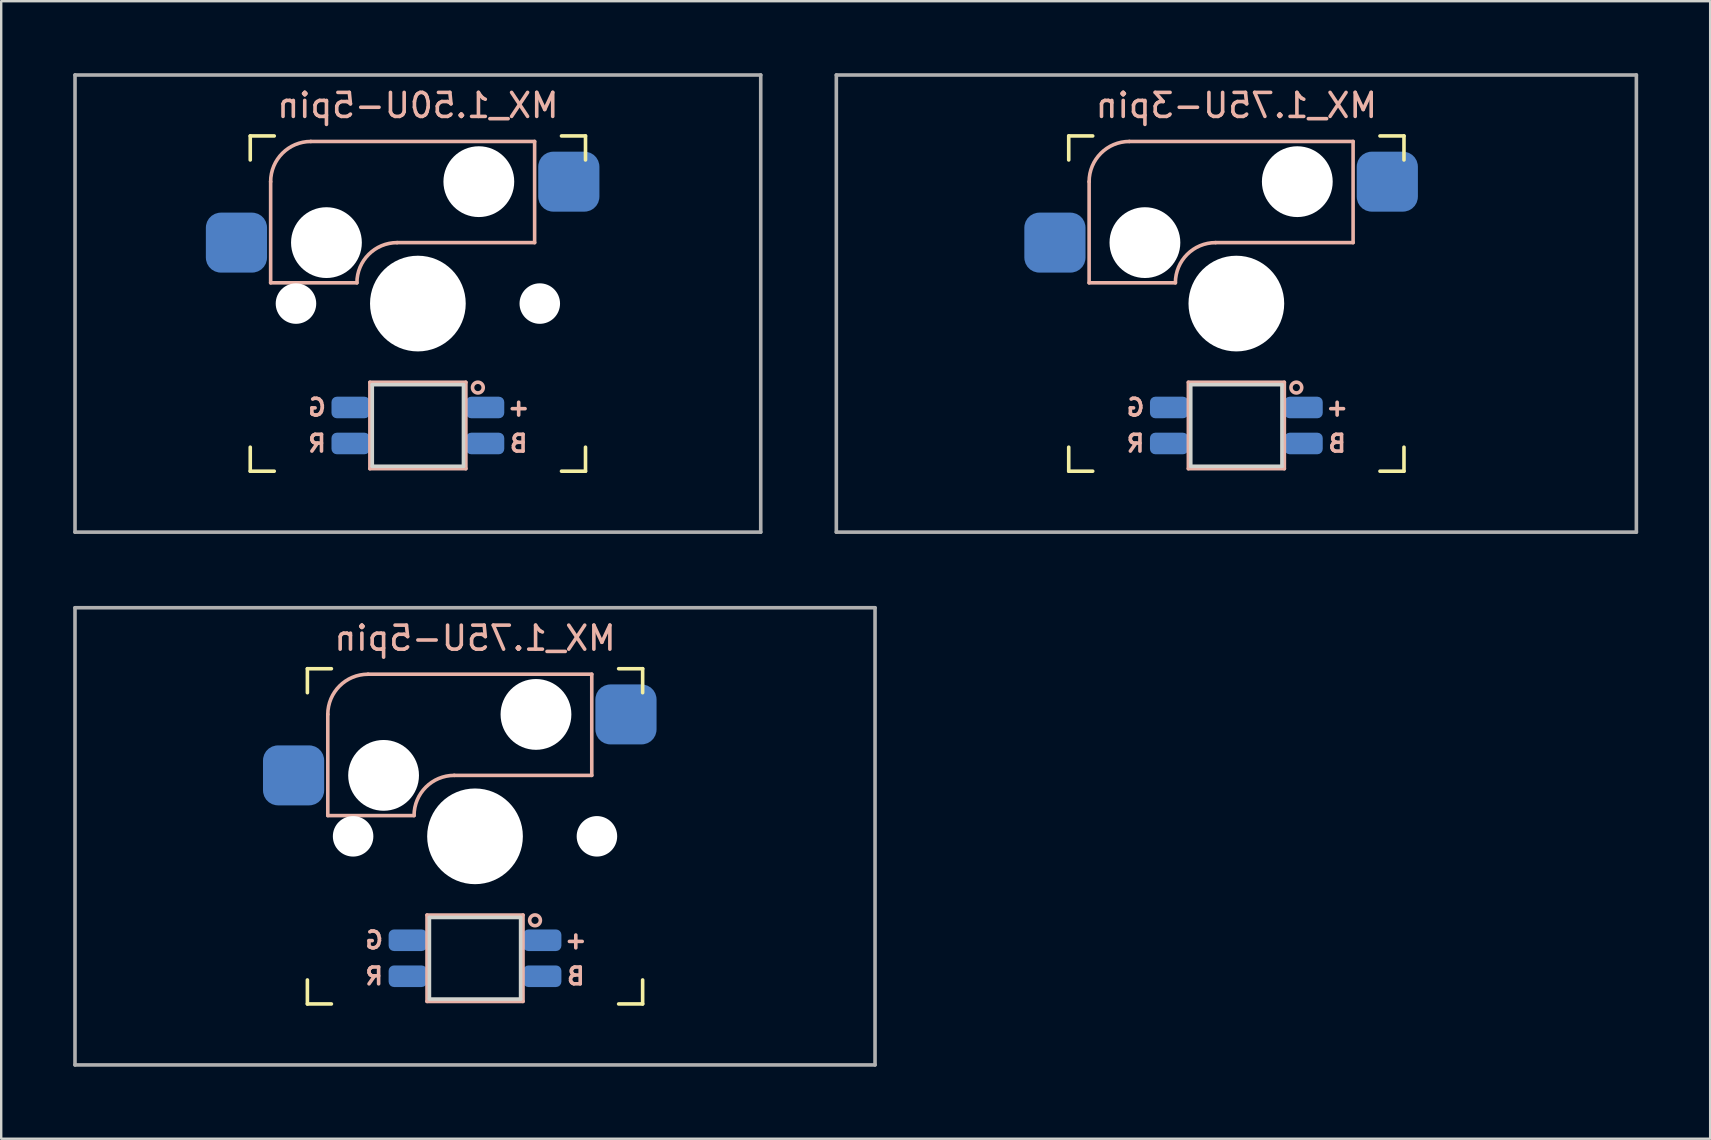
<source format=kicad_pcb>
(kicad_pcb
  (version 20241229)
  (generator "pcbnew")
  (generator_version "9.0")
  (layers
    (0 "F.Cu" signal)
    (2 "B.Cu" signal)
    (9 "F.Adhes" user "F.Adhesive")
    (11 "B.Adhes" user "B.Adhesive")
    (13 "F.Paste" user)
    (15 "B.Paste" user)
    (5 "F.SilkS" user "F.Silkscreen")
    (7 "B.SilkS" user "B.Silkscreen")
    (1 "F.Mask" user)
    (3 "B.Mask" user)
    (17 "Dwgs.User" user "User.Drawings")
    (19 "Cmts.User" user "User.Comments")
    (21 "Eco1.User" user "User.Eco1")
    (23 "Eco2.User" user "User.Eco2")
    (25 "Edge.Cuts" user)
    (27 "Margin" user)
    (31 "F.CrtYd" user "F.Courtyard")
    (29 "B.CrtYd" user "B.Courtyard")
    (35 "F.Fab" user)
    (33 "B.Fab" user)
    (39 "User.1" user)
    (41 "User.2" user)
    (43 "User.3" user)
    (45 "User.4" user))
  (footprint "MX_1.75U-5pin"
    (layer "F.Cu")
    (at 16.744 31.8)
    (property "Reference" "MX_1.75U-5pin" (at 0 -8.255 0) (layer "B.SilkS") (effects (font (size 1 1) (thickness 0.15)) (justify mirror)))
    (attr smd)
    (fp_line (start -6.985 -5.985) (end -6.985 -6.985) (stroke (width 0.15) (type solid)) (layer "F.SilkS"))
    (fp_line (start -6.985 6.985) (end -6.985 5.985) (stroke (width 0.15) (type solid)) (layer "F.SilkS"))
    (fp_line (start -6.985 6.985) (end -5.985 6.985) (stroke (width 0.15) (type solid)) (layer "F.SilkS"))
    (fp_line (start -5.985 -6.985) (end -6.985 -6.985) (stroke (width 0.15) (type solid)) (layer "F.SilkS"))
    (fp_line (start 5.985 6.985) (end 6.985 6.985) (stroke (width 0.15) (type solid)) (layer "F.SilkS"))
    (fp_line (start 6.985 -6.985) (end 5.985 -6.985) (stroke (width 0.15) (type solid)) (layer "F.SilkS"))
    (fp_line (start 6.985 -6.985) (end 6.985 -5.985) (stroke (width 0.15) (type solid)) (layer "F.SilkS"))
    (fp_line (start 6.985 5.985) (end 6.985 6.985) (stroke (width 0.15) (type solid)) (layer "F.SilkS"))
    (fp_line (start -6.135 -5.08) (end -6.135 -0.865) (stroke (width 0.15) (type solid)) (layer "B.SilkS"))
    (fp_line (start -6.135 -0.865) (end -2.54 -0.865) (stroke (width 0.15) (type solid)) (layer "B.SilkS"))
    (fp_line (start -4.46 -6.755) (end 4.865 -6.755) (stroke (width 0.15) (type solid)) (layer "B.SilkS"))
    (fp_line (start -2 3.28) (end -2 6.88) (stroke (width 0.15) (type solid)) (layer "B.SilkS"))
    (fp_line (start -2 6.88) (end 2 6.88) (stroke (width 0.15) (type solid)) (layer "B.SilkS"))
    (fp_line (start -0.865 -2.54) (end 4.865 -2.54) (stroke (width 0.15) (type solid)) (layer "B.SilkS"))
    (fp_line (start 2 3.28) (end -2 3.28) (stroke (width 0.15) (type solid)) (layer "B.SilkS"))
    (fp_line (start 2 6.88) (end 2 3.28) (stroke (width 0.15) (type solid)) (layer "B.SilkS"))
    (fp_line (start 4.865 -6.755) (end 4.865 -2.54) (stroke (width 0.15) (type solid)) (layer "B.SilkS"))
    (fp_arc (start -6.135 -5.08) (mid -5.644404 -6.264404) (end -4.46 -6.755) (stroke (width 0.15) (type solid)) (layer "B.SilkS"))
    (fp_arc (start -2.54 -0.865) (mid -2.049404 -2.049404) (end -0.865 -2.54) (stroke (width 0.15) (type solid)) (layer "B.SilkS"))
    (fp_circle (center 2.5 3.5) (end 2.724 3.5) (stroke (width 0.15) (type solid)) (fill no) (layer "B.SilkS"))
    (fp_line (start -6.985 6.985) (end -6.985 -6.985) (stroke (width 0.15) (type solid)) (layer "Eco2.User"))
    (fp_line (start -6.985 6.985) (end 6.985 6.985) (stroke (width 0.15) (type solid)) (layer "Eco2.User"))
    (fp_line (start 6.985 -6.985) (end -6.985 -6.985) (stroke (width 0.15) (type solid)) (layer "Eco2.User"))
    (fp_line (start 6.985 -6.985) (end 6.985 6.985) (stroke (width 0.15) (type solid)) (layer "Eco2.User"))
    (fp_line (start -1.9 3.38) (end -1.9 6.78) (stroke (width 0.15) (type solid)) (layer "Edge.Cuts"))
    (fp_line (start -1.9 3.38) (end 1.9 3.38) (stroke (width 0.15) (type solid)) (layer "Edge.Cuts"))
    (fp_line (start -1.9 6.78) (end 1.9 6.78) (stroke (width 0.15) (type solid)) (layer "Edge.Cuts"))
    (fp_line (start 1.9 3.38) (end 1.9 6.78) (stroke (width 0.15) (type solid)) (layer "Edge.Cuts"))
    (fp_line (start -16.669 -9.525) (end 16.669 -9.525) (stroke (width 0.15) (type solid)) (layer "F.Fab"))
    (fp_line (start -16.669 9.525) (end -16.669 -9.525) (stroke (width 0.15) (type solid)) (layer "F.Fab"))
    (fp_line (start 16.669 -9.525) (end 16.669 9.525) (stroke (width 0.15) (type solid)) (layer "F.Fab"))
    (fp_line (start 16.669 9.525) (end -16.669 9.525) (stroke (width 0.15) (type solid)) (layer "F.Fab"))
    (fp_text user "G" (at -4.2 4.33 0) (layer "B.SilkS") (effects (font (size 0.7 0.7) (thickness 0.15)) (justify mirror)))
    (fp_text user "R" (at -4.2 5.83 0) (layer "B.SilkS") (effects (font (size 0.7 0.7) (thickness 0.15)) (justify mirror)))
    (fp_text user "+" (at 4.2 4.33 0) (layer "B.SilkS") (effects (font (size 0.7 0.7) (thickness 0.15)) (justify mirror)))
    (fp_text user "B" (at 4.2 5.83 0) (layer "B.SilkS") (effects (font (size 0.7 0.7) (thickness 0.15)) (justify mirror)))
    (pad "" np_thru_hole circle (at -5.08 0) (size 1.688 1.688) (drill 1.688) (layers "*.Cu" "*.Mask"))
    (pad "" np_thru_hole circle (at -3.81 -2.54) (size 2.95 2.95) (drill 2.95) (layers "*.Cu" "*.Mask"))
    (pad "" np_thru_hole circle (at 0 0) (size 3.988 3.988) (drill 3.988) (layers "*.Cu" "*.Mask"))
    (pad "" np_thru_hole circle (at 2.54 -5.08) (size 2.95 2.95) (drill 2.95) (layers "*.Cu" "*.Mask"))
    (pad "" np_thru_hole circle (at 5.08 0) (size 1.688 1.688) (drill 1.688) (layers "*.Cu" "*.Mask"))
    (pad "1" smd roundrect (at 6.29 -5.08) (size 2.55 2.5) (layers "B.Cu" "B.Mask" "B.Paste") (roundrect_rratio 0.25))
    (pad "2" smd roundrect (at -7.56 -2.54) (size 2.55 2.5) (layers "B.Cu" "B.Mask" "B.Paste") (roundrect_rratio 0.25))
    (pad "3" smd roundrect (at 2.8 4.33) (size 1.6 0.9) (layers "B.Cu" "B.Mask" "B.Paste") (roundrect_rratio 0.25))
    (pad "4" smd roundrect (at -2.8 5.83) (size 1.6 0.9) (layers "B.Cu" "B.Mask" "B.Paste") (roundrect_rratio 0.25))
    (pad "5" smd roundrect (at -2.8 4.33) (size 1.6 0.9) (layers "B.Cu" "B.Mask" "B.Paste") (roundrect_rratio 0.25))
    (pad "6" smd roundrect (at 2.8 5.83) (size 1.6 0.9) (layers "B.Cu" "B.Mask" "B.Paste") (roundrect_rratio 0.25)))
  (footprint "MX_1.50U-5pin"
    (layer "F.Cu")
    (at 14.363 9.6)
    (property "Reference" "MX_1.50U-5pin" (at 0 -8.255 0) (layer "B.SilkS") (effects (font (size 1 1) (thickness 0.15)) (justify mirror)))
    (attr smd)
    (fp_line (start -6.985 -5.985) (end -6.985 -6.985) (stroke (width 0.15) (type solid)) (layer "F.SilkS"))
    (fp_line (start -6.985 6.985) (end -6.985 5.985) (stroke (width 0.15) (type solid)) (layer "F.SilkS"))
    (fp_line (start -6.985 6.985) (end -5.985 6.985) (stroke (width 0.15) (type solid)) (layer "F.SilkS"))
    (fp_line (start -5.985 -6.985) (end -6.985 -6.985) (stroke (width 0.15) (type solid)) (layer "F.SilkS"))
    (fp_line (start 5.985 6.985) (end 6.985 6.985) (stroke (width 0.15) (type solid)) (layer "F.SilkS"))
    (fp_line (start 6.985 -6.985) (end 5.985 -6.985) (stroke (width 0.15) (type solid)) (layer "F.SilkS"))
    (fp_line (start 6.985 -6.985) (end 6.985 -5.985) (stroke (width 0.15) (type solid)) (layer "F.SilkS"))
    (fp_line (start 6.985 5.985) (end 6.985 6.985) (stroke (width 0.15) (type solid)) (layer "F.SilkS"))
    (fp_line (start -6.135 -5.08) (end -6.135 -0.865) (stroke (width 0.15) (type solid)) (layer "B.SilkS"))
    (fp_line (start -6.135 -0.865) (end -2.54 -0.865) (stroke (width 0.15) (type solid)) (layer "B.SilkS"))
    (fp_line (start -4.46 -6.755) (end 4.865 -6.755) (stroke (width 0.15) (type solid)) (layer "B.SilkS"))
    (fp_line (start -2 3.28) (end -2 6.88) (stroke (width 0.15) (type solid)) (layer "B.SilkS"))
    (fp_line (start -2 6.88) (end 2 6.88) (stroke (width 0.15) (type solid)) (layer "B.SilkS"))
    (fp_line (start -0.865 -2.54) (end 4.865 -2.54) (stroke (width 0.15) (type solid)) (layer "B.SilkS"))
    (fp_line (start 2 3.28) (end -2 3.28) (stroke (width 0.15) (type solid)) (layer "B.SilkS"))
    (fp_line (start 2 6.88) (end 2 3.28) (stroke (width 0.15) (type solid)) (layer "B.SilkS"))
    (fp_line (start 4.865 -6.755) (end 4.865 -2.54) (stroke (width 0.15) (type solid)) (layer "B.SilkS"))
    (fp_arc (start -6.135 -5.08) (mid -5.644404 -6.264404) (end -4.46 -6.755) (stroke (width 0.15) (type solid)) (layer "B.SilkS"))
    (fp_arc (start -2.54 -0.865) (mid -2.049404 -2.049404) (end -0.865 -2.54) (stroke (width 0.15) (type solid)) (layer "B.SilkS"))
    (fp_circle (center 2.5 3.5) (end 2.724 3.5) (stroke (width 0.15) (type solid)) (fill no) (layer "B.SilkS"))
    (fp_line (start -6.985 6.985) (end -6.985 -6.985) (stroke (width 0.15) (type solid)) (layer "Eco2.User"))
    (fp_line (start -6.985 6.985) (end 6.985 6.985) (stroke (width 0.15) (type solid)) (layer "Eco2.User"))
    (fp_line (start 6.985 -6.985) (end -6.985 -6.985) (stroke (width 0.15) (type solid)) (layer "Eco2.User"))
    (fp_line (start 6.985 -6.985) (end 6.985 6.985) (stroke (width 0.15) (type solid)) (layer "Eco2.User"))
    (fp_line (start -1.9 3.38) (end -1.9 6.78) (stroke (width 0.15) (type solid)) (layer "Edge.Cuts"))
    (fp_line (start -1.9 3.38) (end 1.9 3.38) (stroke (width 0.15) (type solid)) (layer "Edge.Cuts"))
    (fp_line (start -1.9 6.78) (end 1.9 6.78) (stroke (width 0.15) (type solid)) (layer "Edge.Cuts"))
    (fp_line (start 1.9 3.38) (end 1.9 6.78) (stroke (width 0.15) (type solid)) (layer "Edge.Cuts"))
    (fp_line (start -14.287 -9.525) (end 14.287 -9.525) (stroke (width 0.15) (type solid)) (layer "F.Fab"))
    (fp_line (start -14.287 9.525) (end -14.287 -9.525) (stroke (width 0.15) (type solid)) (layer "F.Fab"))
    (fp_line (start 14.287 -9.525) (end 14.287 9.525) (stroke (width 0.15) (type solid)) (layer "F.Fab"))
    (fp_line (start 14.287 9.525) (end -14.287 9.525) (stroke (width 0.15) (type solid)) (layer "F.Fab"))
    (fp_text user "+" (at 4.2 4.33 0) (layer "B.SilkS") (effects (font (size 0.7 0.7) (thickness 0.15)) (justify mirror)))
    (fp_text user "R" (at -4.2 5.83 0) (layer "B.SilkS") (effects (font (size 0.7 0.7) (thickness 0.15)) (justify mirror)))
    (fp_text user "B" (at 4.2 5.83 0) (layer "B.SilkS") (effects (font (size 0.7 0.7) (thickness 0.15)) (justify mirror)))
    (fp_text user "G" (at -4.2 4.33 0) (layer "B.SilkS") (effects (font (size 0.7 0.7) (thickness 0.15)) (justify mirror)))
    (pad "" np_thru_hole circle (at -5.08 0) (size 1.688 1.688) (drill 1.688) (layers "*.Cu" "*.Mask"))
    (pad "" np_thru_hole circle (at -3.81 -2.54) (size 2.95 2.95) (drill 2.95) (layers "*.Cu" "*.Mask"))
    (pad "" np_thru_hole circle (at 0 0) (size 3.988 3.988) (drill 3.988) (layers "*.Cu" "*.Mask"))
    (pad "" np_thru_hole circle (at 2.54 -5.08) (size 2.95 2.95) (drill 2.95) (layers "*.Cu" "*.Mask"))
    (pad "" np_thru_hole circle (at 5.08 0) (size 1.688 1.688) (drill 1.688) (layers "*.Cu" "*.Mask"))
    (pad "1" smd roundrect (at 6.29 -5.08) (size 2.55 2.5) (layers "B.Cu" "B.Mask" "B.Paste") (roundrect_rratio 0.25))
    (pad "2" smd roundrect (at -7.56 -2.54) (size 2.55 2.5) (layers "B.Cu" "B.Mask" "B.Paste") (roundrect_rratio 0.25))
    (pad "3" smd roundrect (at 2.8 4.33) (size 1.6 0.9) (layers "B.Cu" "B.Mask" "B.Paste") (roundrect_rratio 0.25))
    (pad "4" smd roundrect (at -2.8 5.83) (size 1.6 0.9) (layers "B.Cu" "B.Mask" "B.Paste") (roundrect_rratio 0.25))
    (pad "5" smd roundrect (at -2.8 4.33) (size 1.6 0.9) (layers "B.Cu" "B.Mask" "B.Paste") (roundrect_rratio 0.25))
    (pad "6" smd roundrect (at 2.8 5.83) (size 1.6 0.9) (layers "B.Cu" "B.Mask" "B.Paste") (roundrect_rratio 0.25)))
  (footprint "MX_1.75U-3pin"
    (layer "F.Cu")
    (at 48.469 9.6)
    (property "Reference" "MX_1.75U-3pin" (at 0 -8.255 0) (layer "B.SilkS") (effects (font (size 1 1) (thickness 0.15)) (justify mirror)))
    (attr smd)
    (fp_line (start -6.985 -5.985) (end -6.985 -6.985) (stroke (width 0.15) (type solid)) (layer "F.SilkS"))
    (fp_line (start -6.985 6.985) (end -6.985 5.985) (stroke (width 0.15) (type solid)) (layer "F.SilkS"))
    (fp_line (start -6.985 6.985) (end -5.985 6.985) (stroke (width 0.15) (type solid)) (layer "F.SilkS"))
    (fp_line (start -5.985 -6.985) (end -6.985 -6.985) (stroke (width 0.15) (type solid)) (layer "F.SilkS"))
    (fp_line (start 5.985 6.985) (end 6.985 6.985) (stroke (width 0.15) (type solid)) (layer "F.SilkS"))
    (fp_line (start 6.985 -6.985) (end 5.985 -6.985) (stroke (width 0.15) (type solid)) (layer "F.SilkS"))
    (fp_line (start 6.985 -6.985) (end 6.985 -5.985) (stroke (width 0.15) (type solid)) (layer "F.SilkS"))
    (fp_line (start 6.985 5.985) (end 6.985 6.985) (stroke (width 0.15) (type solid)) (layer "F.SilkS"))
    (fp_line (start -6.135 -5.08) (end -6.135 -0.865) (stroke (width 0.15) (type solid)) (layer "B.SilkS"))
    (fp_line (start -6.135 -0.865) (end -2.54 -0.865) (stroke (width 0.15) (type solid)) (layer "B.SilkS"))
    (fp_line (start -4.46 -6.755) (end 4.865 -6.755) (stroke (width 0.15) (type solid)) (layer "B.SilkS"))
    (fp_line (start -2 3.28) (end -2 6.88) (stroke (width 0.15) (type solid)) (layer "B.SilkS"))
    (fp_line (start -2 6.88) (end 2 6.88) (stroke (width 0.15) (type solid)) (layer "B.SilkS"))
    (fp_line (start -0.865 -2.54) (end 4.865 -2.54) (stroke (width 0.15) (type solid)) (layer "B.SilkS"))
    (fp_line (start 2 3.28) (end -2 3.28) (stroke (width 0.15) (type solid)) (layer "B.SilkS"))
    (fp_line (start 2 6.88) (end 2 3.28) (stroke (width 0.15) (type solid)) (layer "B.SilkS"))
    (fp_line (start 4.865 -6.755) (end 4.865 -2.54) (stroke (width 0.15) (type solid)) (layer "B.SilkS"))
    (fp_arc (start -6.135 -5.08) (mid -5.644404 -6.264404) (end -4.46 -6.755) (stroke (width 0.15) (type solid)) (layer "B.SilkS"))
    (fp_arc (start -2.54 -0.865) (mid -2.049404 -2.049404) (end -0.865 -2.54) (stroke (width 0.15) (type solid)) (layer "B.SilkS"))
    (fp_circle (center 2.5 3.5) (end 2.724 3.5) (stroke (width 0.15) (type solid)) (fill no) (layer "B.SilkS"))
    (fp_line (start -6.985 6.985) (end -6.985 -6.985) (stroke (width 0.15) (type solid)) (layer "Eco2.User"))
    (fp_line (start -6.985 6.985) (end 6.985 6.985) (stroke (width 0.15) (type solid)) (layer "Eco2.User"))
    (fp_line (start 6.985 -6.985) (end -6.985 -6.985) (stroke (width 0.15) (type solid)) (layer "Eco2.User"))
    (fp_line (start 6.985 -6.985) (end 6.985 6.985) (stroke (width 0.15) (type solid)) (layer "Eco2.User"))
    (fp_line (start -1.9 3.38) (end -1.9 6.78) (stroke (width 0.15) (type solid)) (layer "Edge.Cuts"))
    (fp_line (start -1.9 3.38) (end 1.9 3.38) (stroke (width 0.15) (type solid)) (layer "Edge.Cuts"))
    (fp_line (start -1.9 6.78) (end 1.9 6.78) (stroke (width 0.15) (type solid)) (layer "Edge.Cuts"))
    (fp_line (start 1.9 3.38) (end 1.9 6.78) (stroke (width 0.15) (type solid)) (layer "Edge.Cuts"))
    (fp_line (start -16.669 -9.525) (end 16.669 -9.525) (stroke (width 0.15) (type solid)) (layer "F.Fab"))
    (fp_line (start -16.669 9.525) (end -16.669 -9.525) (stroke (width 0.15) (type solid)) (layer "F.Fab"))
    (fp_line (start 16.669 -9.525) (end 16.669 9.525) (stroke (width 0.15) (type solid)) (layer "F.Fab"))
    (fp_line (start 16.669 9.525) (end -16.669 9.525) (stroke (width 0.15) (type solid)) (layer "F.Fab"))
    (fp_text user "B" (at 4.2 5.83 0) (layer "B.SilkS") (effects (font (size 0.7 0.7) (thickness 0.15)) (justify mirror)))
    (fp_text user "G" (at -4.2 4.33 0) (layer "B.SilkS") (effects (font (size 0.7 0.7) (thickness 0.15)) (justify mirror)))
    (fp_text user "+" (at 4.2 4.33 0) (layer "B.SilkS") (effects (font (size 0.7 0.7) (thickness 0.15)) (justify mirror)))
    (fp_text user "R" (at -4.2 5.83 0) (layer "B.SilkS") (effects (font (size 0.7 0.7) (thickness 0.15)) (justify mirror)))
    (pad "" np_thru_hole circle (at -3.81 -2.54) (size 2.95 2.95) (drill 2.95) (layers "*.Cu" "*.Mask"))
    (pad "" np_thru_hole circle (at 0 0) (size 3.988 3.988) (drill 3.988) (layers "*.Cu" "*.Mask"))
    (pad "" np_thru_hole circle (at 2.54 -5.08) (size 2.95 2.95) (drill 2.95) (layers "*.Cu" "*.Mask"))
    (pad "1" smd roundrect (at 6.29 -5.08) (size 2.55 2.5) (layers "B.Cu" "B.Mask" "B.Paste") (roundrect_rratio 0.25))
    (pad "2" smd roundrect (at -7.56 -2.54) (size 2.55 2.5) (layers "B.Cu" "B.Mask" "B.Paste") (roundrect_rratio 0.25))
    (pad "3" smd roundrect (at 2.8 4.33) (size 1.6 0.9) (layers "B.Cu" "B.Mask" "B.Paste") (roundrect_rratio 0.25))
    (pad "4" smd roundrect (at -2.8 5.83) (size 1.6 0.9) (layers "B.Cu" "B.Mask" "B.Paste") (roundrect_rratio 0.25))
    (pad "5" smd roundrect (at -2.8 4.33) (size 1.6 0.9) (layers "B.Cu" "B.Mask" "B.Paste") (roundrect_rratio 0.25))
    (pad "6" smd roundrect (at 2.8 5.83) (size 1.6 0.9) (layers "B.Cu" "B.Mask" "B.Paste") (roundrect_rratio 0.25)))
  (gr_rect
    (start -3 -3)
    (end 68.213 44.4)
    (stroke (width 0.1) (type default))
    (fill no)
    (layer "Edge.Cuts")))
</source>
